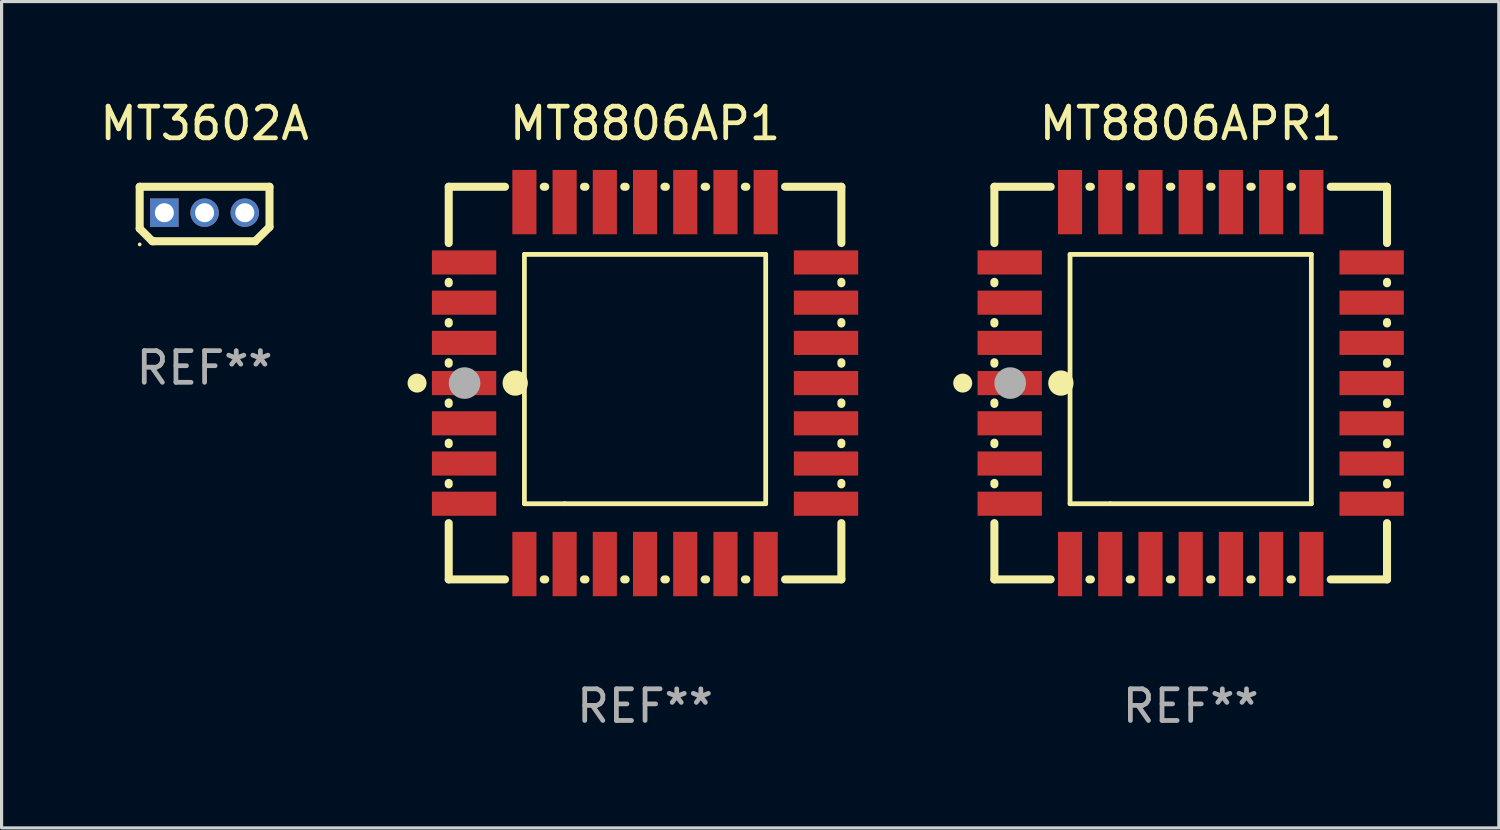
<source format=kicad_pcb>
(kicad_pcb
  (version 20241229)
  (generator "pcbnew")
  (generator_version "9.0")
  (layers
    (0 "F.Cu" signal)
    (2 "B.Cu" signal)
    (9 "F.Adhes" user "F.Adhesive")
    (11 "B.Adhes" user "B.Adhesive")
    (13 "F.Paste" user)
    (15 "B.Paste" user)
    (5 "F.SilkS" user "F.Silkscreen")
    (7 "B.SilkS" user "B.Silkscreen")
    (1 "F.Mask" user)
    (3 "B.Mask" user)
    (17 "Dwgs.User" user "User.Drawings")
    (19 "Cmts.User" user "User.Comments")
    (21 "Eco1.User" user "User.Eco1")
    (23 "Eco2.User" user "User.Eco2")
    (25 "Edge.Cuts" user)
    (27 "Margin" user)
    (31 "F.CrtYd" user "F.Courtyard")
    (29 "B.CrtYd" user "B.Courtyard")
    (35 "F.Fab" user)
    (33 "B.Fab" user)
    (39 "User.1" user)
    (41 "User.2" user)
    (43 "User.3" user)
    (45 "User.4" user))
  (footprint "MT8806AP1"
    (layer "F.Cu")
    (at 17.321 9.048)
    (property "Reference" "MT8806AP1" (at 0 -8.2 0) (layer "F.SilkS") (effects (font (size 1 1) (thickness 0.15))))
    (attr through_hole)
    (fp_line (start -6.2 -6.2) (end -4.422 -6.2) (stroke (width 0.254) (type solid)) (layer "F.SilkS"))
    (fp_line (start -6.2 -4.422) (end -6.2 -6.2) (stroke (width 0.254) (type solid)) (layer "F.SilkS"))
    (fp_line (start -6.2 -3.152) (end -6.2 -3.198) (stroke (width 0.254) (type solid)) (layer "F.SilkS"))
    (fp_line (start -6.2 -1.882) (end -6.2 -1.928) (stroke (width 0.254) (type solid)) (layer "F.SilkS"))
    (fp_line (start -6.2 -0.612) (end -6.2 -0.658) (stroke (width 0.254) (type solid)) (layer "F.SilkS"))
    (fp_line (start -6.2 0.658) (end -6.2 0.612) (stroke (width 0.254) (type solid)) (layer "F.SilkS"))
    (fp_line (start -6.2 1.928) (end -6.2 1.882) (stroke (width 0.254) (type solid)) (layer "F.SilkS"))
    (fp_line (start -6.2 3.198) (end -6.2 3.152) (stroke (width 0.254) (type solid)) (layer "F.SilkS"))
    (fp_line (start -6.2 6.2) (end -6.2 4.422) (stroke (width 0.254) (type solid)) (layer "F.SilkS"))
    (fp_line (start -4.422 6.2) (end -6.2 6.2) (stroke (width 0.254) (type solid)) (layer "F.SilkS"))
    (fp_line (start -3.81 -4.064) (end 3.81 -4.064) (stroke (width 0.15) (type solid)) (layer "F.SilkS"))
    (fp_line (start -3.81 3.81) (end -3.81 -4.064) (stroke (width 0.15) (type solid)) (layer "F.SilkS"))
    (fp_line (start -3.198 -6.2) (end -3.152 -6.2) (stroke (width 0.254) (type solid)) (layer "F.SilkS"))
    (fp_line (start -3.152 6.2) (end -3.198 6.2) (stroke (width 0.254) (type solid)) (layer "F.SilkS"))
    (fp_line (start -2.54 3.81) (end -3.81 3.81) (stroke (width 0.15) (type solid)) (layer "F.SilkS"))
    (fp_line (start -1.928 -6.2) (end -1.882 -6.2) (stroke (width 0.254) (type solid)) (layer "F.SilkS"))
    (fp_line (start -1.882 6.2) (end -1.928 6.2) (stroke (width 0.254) (type solid)) (layer "F.SilkS"))
    (fp_line (start -0.658 -6.2) (end -0.612 -6.2) (stroke (width 0.254) (type solid)) (layer "F.SilkS"))
    (fp_line (start -0.612 6.2) (end -0.658 6.2) (stroke (width 0.254) (type solid)) (layer "F.SilkS"))
    (fp_line (start 0.612 -6.2) (end 0.658 -6.2) (stroke (width 0.254) (type solid)) (layer "F.SilkS"))
    (fp_line (start 0.658 6.2) (end 0.612 6.2) (stroke (width 0.254) (type solid)) (layer "F.SilkS"))
    (fp_line (start 1.882 -6.2) (end 1.928 -6.2) (stroke (width 0.254) (type solid)) (layer "F.SilkS"))
    (fp_line (start 1.928 6.2) (end 1.882 6.2) (stroke (width 0.254) (type solid)) (layer "F.SilkS"))
    (fp_line (start 3.152 -6.2) (end 3.198 -6.2) (stroke (width 0.254) (type solid)) (layer "F.SilkS"))
    (fp_line (start 3.198 6.2) (end 3.152 6.2) (stroke (width 0.254) (type solid)) (layer "F.SilkS"))
    (fp_line (start 3.81 -4.064) (end 3.81 3.81) (stroke (width 0.15) (type solid)) (layer "F.SilkS"))
    (fp_line (start 3.81 3.81) (end -2.54 3.81) (stroke (width 0.15) (type solid)) (layer "F.SilkS"))
    (fp_line (start 4.422 -6.2) (end 6.2 -6.2) (stroke (width 0.254) (type solid)) (layer "F.SilkS"))
    (fp_line (start 6.2 -6.2) (end 6.2 -4.422) (stroke (width 0.254) (type solid)) (layer "F.SilkS"))
    (fp_line (start 6.2 -3.198) (end 6.2 -3.152) (stroke (width 0.254) (type solid)) (layer "F.SilkS"))
    (fp_line (start 6.2 -1.928) (end 6.2 -1.882) (stroke (width 0.254) (type solid)) (layer "F.SilkS"))
    (fp_line (start 6.2 -0.658) (end 6.2 -0.612) (stroke (width 0.254) (type solid)) (layer "F.SilkS"))
    (fp_line (start 6.2 0.612) (end 6.2 0.658) (stroke (width 0.254) (type solid)) (layer "F.SilkS"))
    (fp_line (start 6.2 1.882) (end 6.2 1.928) (stroke (width 0.254) (type solid)) (layer "F.SilkS"))
    (fp_line (start 6.2 3.152) (end 6.2 3.198) (stroke (width 0.254) (type solid)) (layer "F.SilkS"))
    (fp_line (start 6.2 4.422) (end 6.2 6.2) (stroke (width 0.254) (type solid)) (layer "F.SilkS"))
    (fp_line (start 6.2 6.2) (end 4.422 6.2) (stroke (width 0.254) (type solid)) (layer "F.SilkS"))
    (fp_circle (center -7.2 0) (end -7.05 0) (stroke (width 0.3) (type solid)) (fill no) (layer "F.SilkS"))
    (fp_circle (center -6.223 6.223) (end -6.193 6.223) (stroke (width 0.06) (type solid)) (fill no) (layer "F.SilkS"))
    (fp_circle (center -4.1 0) (end -3.9 0) (stroke (width 0.4) (type solid)) (fill no) (layer "F.SilkS"))
    (fp_circle (center -5.7 0) (end -5.45 0) (stroke (width 0.5) (type solid)) (fill no) (layer "F.Fab"))
    (fp_text user "REF**" (at 0 10.2 0) (layer "F.Fab") (effects (font (size 1 1) (thickness 0.15))))
    (pad "1" smd rect (at -5.715 0) (size 2.032 0.762) (layers "F.Cu" "F.Mask" "F.Paste"))
    (pad "2" smd rect (at -5.715 1.27) (size 2.032 0.762) (layers "F.Cu" "F.Mask" "F.Paste"))
    (pad "3" smd rect (at -5.715 2.54) (size 2.032 0.762) (layers "F.Cu" "F.Mask" "F.Paste"))
    (pad "4" smd rect (at -5.715 3.81) (size 2.032 0.762) (layers "F.Cu" "F.Mask" "F.Paste"))
    (pad "5" smd rect (at -3.81 5.715) (size 0.762 2.032) (layers "F.Cu" "F.Mask" "F.Paste"))
    (pad "6" smd rect (at -2.54 5.715) (size 0.762 2.032) (layers "F.Cu" "F.Mask" "F.Paste"))
    (pad "7" smd rect (at -1.27 5.715) (size 0.762 2.032) (layers "F.Cu" "F.Mask" "F.Paste"))
    (pad "8" smd rect (at 0 5.715) (size 0.762 2.032) (layers "F.Cu" "F.Mask" "F.Paste"))
    (pad "9" smd rect (at 1.27 5.715) (size 0.762 2.032) (layers "F.Cu" "F.Mask" "F.Paste"))
    (pad "10" smd rect (at 2.54 5.715) (size 0.762 2.032) (layers "F.Cu" "F.Mask" "F.Paste"))
    (pad "11" smd rect (at 3.81 5.715) (size 0.762 2.032) (layers "F.Cu" "F.Mask" "F.Paste"))
    (pad "12" smd rect (at 5.715 3.81) (size 2.032 0.762) (layers "F.Cu" "F.Mask" "F.Paste"))
    (pad "13" smd rect (at 5.715 2.54) (size 2.032 0.762) (layers "F.Cu" "F.Mask" "F.Paste"))
    (pad "14" smd rect (at 5.715 1.27) (size 2.032 0.762) (layers "F.Cu" "F.Mask" "F.Paste"))
    (pad "15" smd rect (at 5.715 0) (size 2.032 0.762) (layers "F.Cu" "F.Mask" "F.Paste"))
    (pad "16" smd rect (at 5.715 -1.27) (size 2.032 0.762) (layers "F.Cu" "F.Mask" "F.Paste"))
    (pad "17" smd rect (at 5.715 -2.54) (size 2.032 0.762) (layers "F.Cu" "F.Mask" "F.Paste"))
    (pad "18" smd rect (at 5.715 -3.81) (size 2.032 0.762) (layers "F.Cu" "F.Mask" "F.Paste"))
    (pad "19" smd rect (at 3.81 -5.715) (size 0.762 2.032) (layers "F.Cu" "F.Mask" "F.Paste"))
    (pad "20" smd rect (at 2.54 -5.715) (size 0.762 2.032) (layers "F.Cu" "F.Mask" "F.Paste"))
    (pad "21" smd rect (at 1.27 -5.715) (size 0.762 2.032) (layers "F.Cu" "F.Mask" "F.Paste"))
    (pad "22" smd rect (at 0 -5.715) (size 0.762 2.032) (layers "F.Cu" "F.Mask" "F.Paste"))
    (pad "23" smd rect (at -1.27 -5.715) (size 0.762 2.032) (layers "F.Cu" "F.Mask" "F.Paste"))
    (pad "24" smd rect (at -2.54 -5.715) (size 0.762 2.032) (layers "F.Cu" "F.Mask" "F.Paste"))
    (pad "25" smd rect (at -3.81 -5.715) (size 0.762 2.032) (layers "F.Cu" "F.Mask" "F.Paste"))
    (pad "26" smd rect (at -5.715 -3.81) (size 2.032 0.762) (layers "F.Cu" "F.Mask" "F.Paste"))
    (pad "27" smd rect (at -5.715 -2.54) (size 2.032 0.762) (layers "F.Cu" "F.Mask" "F.Paste"))
    (pad "28" smd rect (at -5.715 -1.27) (size 2.032 0.762) (layers "F.Cu" "F.Mask" "F.Paste")))
  (footprint "MT8806APR1"
    (layer "F.Cu")
    (at 34.553 9.048)
    (property "Reference" "MT8806APR1" (at 0 -8.2 0) (layer "F.SilkS") (effects (font (size 1 1) (thickness 0.15))))
    (attr through_hole)
    (fp_line (start -6.2 -6.2) (end -4.422 -6.2) (stroke (width 0.254) (type solid)) (layer "F.SilkS"))
    (fp_line (start -6.2 -4.422) (end -6.2 -6.2) (stroke (width 0.254) (type solid)) (layer "F.SilkS"))
    (fp_line (start -6.2 -3.152) (end -6.2 -3.198) (stroke (width 0.254) (type solid)) (layer "F.SilkS"))
    (fp_line (start -6.2 -1.882) (end -6.2 -1.928) (stroke (width 0.254) (type solid)) (layer "F.SilkS"))
    (fp_line (start -6.2 -0.612) (end -6.2 -0.658) (stroke (width 0.254) (type solid)) (layer "F.SilkS"))
    (fp_line (start -6.2 0.658) (end -6.2 0.612) (stroke (width 0.254) (type solid)) (layer "F.SilkS"))
    (fp_line (start -6.2 1.928) (end -6.2 1.882) (stroke (width 0.254) (type solid)) (layer "F.SilkS"))
    (fp_line (start -6.2 3.198) (end -6.2 3.152) (stroke (width 0.254) (type solid)) (layer "F.SilkS"))
    (fp_line (start -6.2 6.2) (end -6.2 4.422) (stroke (width 0.254) (type solid)) (layer "F.SilkS"))
    (fp_line (start -4.422 6.2) (end -6.2 6.2) (stroke (width 0.254) (type solid)) (layer "F.SilkS"))
    (fp_line (start -3.81 -4.064) (end 3.81 -4.064) (stroke (width 0.15) (type solid)) (layer "F.SilkS"))
    (fp_line (start -3.81 3.81) (end -3.81 -4.064) (stroke (width 0.15) (type solid)) (layer "F.SilkS"))
    (fp_line (start -3.198 -6.2) (end -3.152 -6.2) (stroke (width 0.254) (type solid)) (layer "F.SilkS"))
    (fp_line (start -3.152 6.2) (end -3.198 6.2) (stroke (width 0.254) (type solid)) (layer "F.SilkS"))
    (fp_line (start -2.54 3.81) (end -3.81 3.81) (stroke (width 0.15) (type solid)) (layer "F.SilkS"))
    (fp_line (start -1.928 -6.2) (end -1.882 -6.2) (stroke (width 0.254) (type solid)) (layer "F.SilkS"))
    (fp_line (start -1.882 6.2) (end -1.928 6.2) (stroke (width 0.254) (type solid)) (layer "F.SilkS"))
    (fp_line (start -0.658 -6.2) (end -0.612 -6.2) (stroke (width 0.254) (type solid)) (layer "F.SilkS"))
    (fp_line (start -0.612 6.2) (end -0.658 6.2) (stroke (width 0.254) (type solid)) (layer "F.SilkS"))
    (fp_line (start 0.612 -6.2) (end 0.658 -6.2) (stroke (width 0.254) (type solid)) (layer "F.SilkS"))
    (fp_line (start 0.658 6.2) (end 0.612 6.2) (stroke (width 0.254) (type solid)) (layer "F.SilkS"))
    (fp_line (start 1.882 -6.2) (end 1.928 -6.2) (stroke (width 0.254) (type solid)) (layer "F.SilkS"))
    (fp_line (start 1.928 6.2) (end 1.882 6.2) (stroke (width 0.254) (type solid)) (layer "F.SilkS"))
    (fp_line (start 3.152 -6.2) (end 3.198 -6.2) (stroke (width 0.254) (type solid)) (layer "F.SilkS"))
    (fp_line (start 3.198 6.2) (end 3.152 6.2) (stroke (width 0.254) (type solid)) (layer "F.SilkS"))
    (fp_line (start 3.81 -4.064) (end 3.81 3.81) (stroke (width 0.15) (type solid)) (layer "F.SilkS"))
    (fp_line (start 3.81 3.81) (end -2.54 3.81) (stroke (width 0.15) (type solid)) (layer "F.SilkS"))
    (fp_line (start 4.422 -6.2) (end 6.2 -6.2) (stroke (width 0.254) (type solid)) (layer "F.SilkS"))
    (fp_line (start 6.2 -6.2) (end 6.2 -4.422) (stroke (width 0.254) (type solid)) (layer "F.SilkS"))
    (fp_line (start 6.2 -3.198) (end 6.2 -3.152) (stroke (width 0.254) (type solid)) (layer "F.SilkS"))
    (fp_line (start 6.2 -1.928) (end 6.2 -1.882) (stroke (width 0.254) (type solid)) (layer "F.SilkS"))
    (fp_line (start 6.2 -0.658) (end 6.2 -0.612) (stroke (width 0.254) (type solid)) (layer "F.SilkS"))
    (fp_line (start 6.2 0.612) (end 6.2 0.658) (stroke (width 0.254) (type solid)) (layer "F.SilkS"))
    (fp_line (start 6.2 1.882) (end 6.2 1.928) (stroke (width 0.254) (type solid)) (layer "F.SilkS"))
    (fp_line (start 6.2 3.152) (end 6.2 3.198) (stroke (width 0.254) (type solid)) (layer "F.SilkS"))
    (fp_line (start 6.2 4.422) (end 6.2 6.2) (stroke (width 0.254) (type solid)) (layer "F.SilkS"))
    (fp_line (start 6.2 6.2) (end 4.422 6.2) (stroke (width 0.254) (type solid)) (layer "F.SilkS"))
    (fp_circle (center -7.2 0) (end -7.05 0) (stroke (width 0.3) (type solid)) (fill no) (layer "F.SilkS"))
    (fp_circle (center -6.223 6.223) (end -6.193 6.223) (stroke (width 0.06) (type solid)) (fill no) (layer "F.SilkS"))
    (fp_circle (center -4.1 0) (end -3.9 0) (stroke (width 0.4) (type solid)) (fill no) (layer "F.SilkS"))
    (fp_circle (center -5.7 0) (end -5.45 0) (stroke (width 0.5) (type solid)) (fill no) (layer "F.Fab"))
    (fp_text user "REF**" (at 0 10.2 0) (layer "F.Fab") (effects (font (size 1 1) (thickness 0.15))))
    (pad "1" smd rect (at -5.715 0) (size 2.032 0.762) (layers "F.Cu" "F.Mask" "F.Paste"))
    (pad "2" smd rect (at -5.715 1.27) (size 2.032 0.762) (layers "F.Cu" "F.Mask" "F.Paste"))
    (pad "3" smd rect (at -5.715 2.54) (size 2.032 0.762) (layers "F.Cu" "F.Mask" "F.Paste"))
    (pad "4" smd rect (at -5.715 3.81) (size 2.032 0.762) (layers "F.Cu" "F.Mask" "F.Paste"))
    (pad "5" smd rect (at -3.81 5.715) (size 0.762 2.032) (layers "F.Cu" "F.Mask" "F.Paste"))
    (pad "6" smd rect (at -2.54 5.715) (size 0.762 2.032) (layers "F.Cu" "F.Mask" "F.Paste"))
    (pad "7" smd rect (at -1.27 5.715) (size 0.762 2.032) (layers "F.Cu" "F.Mask" "F.Paste"))
    (pad "8" smd rect (at 0 5.715) (size 0.762 2.032) (layers "F.Cu" "F.Mask" "F.Paste"))
    (pad "9" smd rect (at 1.27 5.715) (size 0.762 2.032) (layers "F.Cu" "F.Mask" "F.Paste"))
    (pad "10" smd rect (at 2.54 5.715) (size 0.762 2.032) (layers "F.Cu" "F.Mask" "F.Paste"))
    (pad "11" smd rect (at 3.81 5.715) (size 0.762 2.032) (layers "F.Cu" "F.Mask" "F.Paste"))
    (pad "12" smd rect (at 5.715 3.81) (size 2.032 0.762) (layers "F.Cu" "F.Mask" "F.Paste"))
    (pad "13" smd rect (at 5.715 2.54) (size 2.032 0.762) (layers "F.Cu" "F.Mask" "F.Paste"))
    (pad "14" smd rect (at 5.715 1.27) (size 2.032 0.762) (layers "F.Cu" "F.Mask" "F.Paste"))
    (pad "15" smd rect (at 5.715 0) (size 2.032 0.762) (layers "F.Cu" "F.Mask" "F.Paste"))
    (pad "16" smd rect (at 5.715 -1.27) (size 2.032 0.762) (layers "F.Cu" "F.Mask" "F.Paste"))
    (pad "17" smd rect (at 5.715 -2.54) (size 2.032 0.762) (layers "F.Cu" "F.Mask" "F.Paste"))
    (pad "18" smd rect (at 5.715 -3.81) (size 2.032 0.762) (layers "F.Cu" "F.Mask" "F.Paste"))
    (pad "19" smd rect (at 3.81 -5.715) (size 0.762 2.032) (layers "F.Cu" "F.Mask" "F.Paste"))
    (pad "20" smd rect (at 2.54 -5.715) (size 0.762 2.032) (layers "F.Cu" "F.Mask" "F.Paste"))
    (pad "21" smd rect (at 1.27 -5.715) (size 0.762 2.032) (layers "F.Cu" "F.Mask" "F.Paste"))
    (pad "22" smd rect (at 0 -5.715) (size 0.762 2.032) (layers "F.Cu" "F.Mask" "F.Paste"))
    (pad "23" smd rect (at -1.27 -5.715) (size 0.762 2.032) (layers "F.Cu" "F.Mask" "F.Paste"))
    (pad "24" smd rect (at -2.54 -5.715) (size 0.762 2.032) (layers "F.Cu" "F.Mask" "F.Paste"))
    (pad "25" smd rect (at -3.81 -5.715) (size 0.762 2.032) (layers "F.Cu" "F.Mask" "F.Paste"))
    (pad "26" smd rect (at -5.715 -3.81) (size 2.032 0.762) (layers "F.Cu" "F.Mask" "F.Paste"))
    (pad "27" smd rect (at -5.715 -2.54) (size 2.032 0.762) (layers "F.Cu" "F.Mask" "F.Paste"))
    (pad "28" smd rect (at -5.715 -1.27) (size 2.032 0.762) (layers "F.Cu" "F.Mask" "F.Paste")))
  (footprint "MT3602A"
    (layer "F.Cu")
    (at 3.411 3.708)
    (property "Reference" "MT3602A" (at 0 -2.86 0) (layer "F.SilkS") (effects (font (size 1 1) (thickness 0.15))))
    (attr through_hole)
    (fp_line (start -2.05 0.46) (end -2.05 -0.86) (stroke (width 0.254) (type solid)) (layer "F.SilkS"))
    (fp_line (start -1.65 0.86) (end -2.05 0.46) (stroke (width 0.254) (type solid)) (layer "F.SilkS"))
    (fp_line (start -1.6 0.86) (end -1.65 0.86) (stroke (width 0.254) (type solid)) (layer "F.SilkS"))
    (fp_line (start -1.6 0.86) (end 1.6 0.86) (stroke (width 0.254) (type solid)) (layer "F.SilkS"))
    (fp_line (start 1.6 0.859) (end 2.05 0.41) (stroke (width 0.254) (type solid)) (layer "F.SilkS"))
    (fp_line (start 2.05 -0.86) (end -2.05 -0.86) (stroke (width 0.254) (type solid)) (layer "F.SilkS"))
    (fp_line (start 2.05 -0.86) (end 2.05 0.41) (stroke (width 0.254) (type solid)) (layer "F.SilkS"))
    (fp_circle (center -2.05 0.96) (end -2.02 0.96) (stroke (width 0.06) (type solid)) (fill no) (layer "F.SilkS"))
    (fp_text user "REF**" (at 0 4.86 0) (layer "F.Fab") (effects (font (size 1 1) (thickness 0.15))))
    (pad "1" thru_hole rect (at -1.27 -0.04) (size 0.9 0.9) (drill 0.6) (layers "*.Cu" "*.Mask"))
    (pad "2" thru_hole circle (at -0.000013 -0.04) (size 0.9 0.9) (drill 0.6) (layers "*.Cu" "*.Mask"))
    (pad "3" thru_hole circle (at 1.27 -0.04) (size 0.9 0.9) (drill 0.6) (layers "*.Cu" "*.Mask")))
  (gr_rect
    (start -3 -3)
    (end 44.284 23.096)
    (stroke (width 0.1) (type default))
    (fill no)
    (layer "Edge.Cuts")))
</source>
